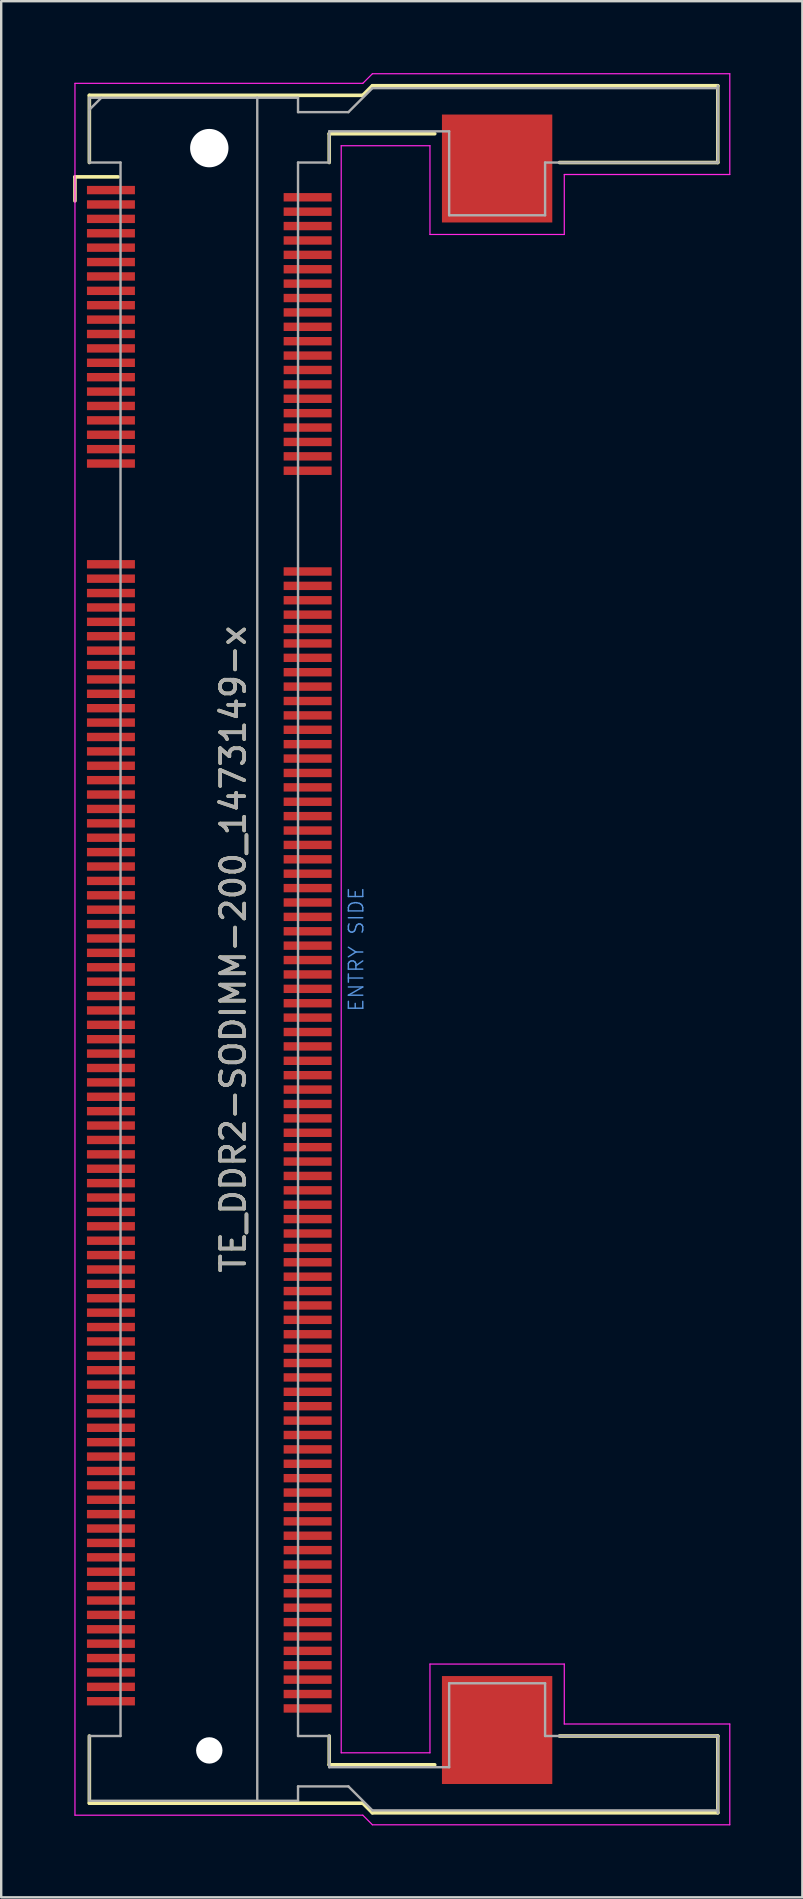
<source format=kicad_pcb>
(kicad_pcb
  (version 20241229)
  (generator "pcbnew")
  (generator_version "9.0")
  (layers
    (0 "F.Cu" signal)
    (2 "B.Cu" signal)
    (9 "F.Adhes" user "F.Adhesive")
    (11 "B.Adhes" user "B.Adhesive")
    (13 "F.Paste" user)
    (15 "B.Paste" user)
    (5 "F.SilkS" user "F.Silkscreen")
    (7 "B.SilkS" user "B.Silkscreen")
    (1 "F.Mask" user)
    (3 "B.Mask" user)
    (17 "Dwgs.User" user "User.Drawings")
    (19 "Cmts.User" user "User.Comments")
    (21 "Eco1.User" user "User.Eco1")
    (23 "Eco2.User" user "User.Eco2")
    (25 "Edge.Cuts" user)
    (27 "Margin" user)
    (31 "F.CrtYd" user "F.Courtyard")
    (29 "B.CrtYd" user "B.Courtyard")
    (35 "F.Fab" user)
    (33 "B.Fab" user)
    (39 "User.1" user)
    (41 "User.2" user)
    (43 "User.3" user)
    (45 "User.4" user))
  (footprint "TE_DDR2-SODIMM-200_1473149-x"
    (layer "F.Cu")
    (at 10.275 36.525)
    (property "Reference" "TE_DDR2-SODIMM-200_1473149-x" (at -3.6 0 90) (layer "F.SilkS") (effects (font (size 1 1) (thickness 0.15))))
    (attr smd)
    (fp_line (start -10.2 -32.2) (end -8.4 -32.2) (stroke (width 0.15) (type solid)) (layer "F.SilkS"))
    (fp_line (start -10.2 -31.2) (end -10.2 -32.2) (stroke (width 0.15) (type solid)) (layer "F.SilkS"))
    (fp_line (start -9.6 -35.6) (end 1.8 -35.6) (stroke (width 0.15) (type solid)) (layer "F.SilkS"))
    (fp_line (start -9.6 -32.8) (end -9.6 -35.6) (stroke (width 0.15) (type solid)) (layer "F.SilkS"))
    (fp_line (start -9.6 32.8) (end -9.6 35.6) (stroke (width 0.15) (type solid)) (layer "F.SilkS"))
    (fp_line (start -9.6 35.6) (end 1.8 35.6) (stroke (width 0.15) (type solid)) (layer "F.SilkS"))
    (fp_line (start 0.4 -34) (end 4.8 -34) (stroke (width 0.15) (type solid)) (layer "F.SilkS"))
    (fp_line (start 0.4 -32.8) (end 0.4 -34) (stroke (width 0.15) (type solid)) (layer "F.SilkS"))
    (fp_line (start 0.4 34) (end 0.4 32.8) (stroke (width 0.15) (type solid)) (layer "F.SilkS"))
    (fp_line (start 1.8 -35.6) (end 2.2 -36) (stroke (width 0.15) (type solid)) (layer "F.SilkS"))
    (fp_line (start 1.8 35.6) (end 2.2 36) (stroke (width 0.15) (type solid)) (layer "F.SilkS"))
    (fp_line (start 2.2 -36) (end 16.6 -36) (stroke (width 0.15) (type solid)) (layer "F.SilkS"))
    (fp_line (start 2.2 36) (end 16.6 36) (stroke (width 0.15) (type solid)) (layer "F.SilkS"))
    (fp_line (start 4.8 34) (end 0.4 34) (stroke (width 0.15) (type solid)) (layer "F.SilkS"))
    (fp_line (start 10 -32.8) (end 16.6 -32.8) (stroke (width 0.15) (type solid)) (layer "F.SilkS"))
    (fp_line (start 10 32.8) (end 16.6 32.8) (stroke (width 0.15) (type solid)) (layer "F.SilkS"))
    (fp_line (start 16.6 -36) (end 16.6 -32.8) (stroke (width 0.15) (type solid)) (layer "F.SilkS"))
    (fp_line (start 16.6 36) (end 16.6 32.8) (stroke (width 0.15) (type solid)) (layer "F.SilkS"))
    (fp_line (start -10.2 -36.1) (end -10.2 36.1) (stroke (width 0.05) (type solid)) (layer "F.CrtYd"))
    (fp_line (start -10.2 -36.1) (end 1.8 -36.1) (stroke (width 0.05) (type solid)) (layer "F.CrtYd"))
    (fp_line (start -10.2 36.1) (end 1.8 36.1) (stroke (width 0.05) (type solid)) (layer "F.CrtYd"))
    (fp_line (start 0.9 -33.5) (end 0.9 33.5) (stroke (width 0.05) (type solid)) (layer "F.CrtYd"))
    (fp_line (start 1.8 36.1) (end 2.2 36.5) (stroke (width 0.05) (type solid)) (layer "F.CrtYd"))
    (fp_line (start 2.2 -36.5) (end 1.8 -36.1) (stroke (width 0.05) (type solid)) (layer "F.CrtYd"))
    (fp_line (start 2.2 36.5) (end 17.1 36.5) (stroke (width 0.05) (type solid)) (layer "F.CrtYd"))
    (fp_line (start 4.6 -33.5) (end 0.9 -33.5) (stroke (width 0.05) (type solid)) (layer "F.CrtYd"))
    (fp_line (start 4.6 -29.8) (end 4.6 -33.5) (stroke (width 0.05) (type solid)) (layer "F.CrtYd"))
    (fp_line (start 4.6 29.8) (end 4.6 33.5) (stroke (width 0.05) (type solid)) (layer "F.CrtYd"))
    (fp_line (start 4.6 33.5) (end 0.9 33.5) (stroke (width 0.05) (type solid)) (layer "F.CrtYd"))
    (fp_line (start 10.2 -29.8) (end 4.6 -29.8) (stroke (width 0.05) (type solid)) (layer "F.CrtYd"))
    (fp_line (start 10.2 -29.8) (end 10.2 -32.3) (stroke (width 0.05) (type solid)) (layer "F.CrtYd"))
    (fp_line (start 10.2 29.8) (end 4.6 29.8) (stroke (width 0.05) (type solid)) (layer "F.CrtYd"))
    (fp_line (start 10.2 29.8) (end 10.2 32.3) (stroke (width 0.05) (type solid)) (layer "F.CrtYd"))
    (fp_line (start 17.1 -36.5) (end 2.2 -36.5) (stroke (width 0.05) (type solid)) (layer "F.CrtYd"))
    (fp_line (start 17.1 -32.3) (end 10.2 -32.3) (stroke (width 0.05) (type solid)) (layer "F.CrtYd"))
    (fp_line (start 17.1 -32.3) (end 17.1 -36.5) (stroke (width 0.05) (type solid)) (layer "F.CrtYd"))
    (fp_line (start 17.1 32.3) (end 10.2 32.3) (stroke (width 0.05) (type solid)) (layer "F.CrtYd"))
    (fp_line (start 17.1 32.3) (end 17.1 36.5) (stroke (width 0.05) (type solid)) (layer "F.CrtYd"))
    (fp_line (start -9.6 -35.5) (end -9.6 -32.8) (stroke (width 0.1) (type solid)) (layer "F.Fab"))
    (fp_line (start -9.6 -35.5) (end -2.6 -35.5) (stroke (width 0.1) (type solid)) (layer "F.Fab"))
    (fp_line (start -9.6 -35) (end -9.1 -35.5) (stroke (width 0.1) (type solid)) (layer "F.Fab"))
    (fp_line (start -9.6 -32.8) (end -8.3 -32.8) (stroke (width 0.1) (type solid)) (layer "F.Fab"))
    (fp_line (start -9.6 32.8) (end -8.3 32.8) (stroke (width 0.1) (type solid)) (layer "F.Fab"))
    (fp_line (start -9.6 35.5) (end -9.6 32.8) (stroke (width 0.1) (type solid)) (layer "F.Fab"))
    (fp_line (start -8.3 32.8) (end -8.3 -32.8) (stroke (width 0.1) (type solid)) (layer "F.Fab"))
    (fp_line (start -2.6 -35.5) (end -2.6 35.5) (stroke (width 0.1) (type solid)) (layer "F.Fab"))
    (fp_line (start -2.6 35.5) (end -9.6 35.5) (stroke (width 0.1) (type solid)) (layer "F.Fab"))
    (fp_line (start -0.9 -35.5) (end -2.6 -35.5) (stroke (width 0.1) (type solid)) (layer "F.Fab"))
    (fp_line (start -0.9 -35.5) (end -0.9 -34.9) (stroke (width 0.1) (type solid)) (layer "F.Fab"))
    (fp_line (start -0.9 -32.8) (end -0.9 32.8) (stroke (width 0.1) (type solid)) (layer "F.Fab"))
    (fp_line (start -0.9 -32.8) (end 0.4 -32.8) (stroke (width 0.1) (type solid)) (layer "F.Fab"))
    (fp_line (start -0.9 34.9) (end -0.9 35.5) (stroke (width 0.1) (type solid)) (layer "F.Fab"))
    (fp_line (start -0.9 34.9) (end 1.2 34.9) (stroke (width 0.1) (type solid)) (layer "F.Fab"))
    (fp_line (start -0.9 35.5) (end -2.6 35.5) (stroke (width 0.1) (type solid)) (layer "F.Fab"))
    (fp_line (start 0.4 -34.1) (end 5.4 -34.1) (stroke (width 0.1) (type solid)) (layer "F.Fab"))
    (fp_line (start 0.4 -32.8) (end 0.4 -34.1) (stroke (width 0.1) (type solid)) (layer "F.Fab"))
    (fp_line (start 0.4 32.8) (end -0.9 32.8) (stroke (width 0.1) (type solid)) (layer "F.Fab"))
    (fp_line (start 0.4 34.1) (end 0.4 32.8) (stroke (width 0.1) (type solid)) (layer "F.Fab"))
    (fp_line (start 0.4 34.1) (end 5.4 34.1) (stroke (width 0.1) (type solid)) (layer "F.Fab"))
    (fp_line (start 1.2 -34.9) (end -0.9 -34.9) (stroke (width 0.1) (type solid)) (layer "F.Fab"))
    (fp_line (start 1.2 -34.9) (end 2.2 -35.9) (stroke (width 0.1) (type solid)) (layer "F.Fab"))
    (fp_line (start 1.2 34.9) (end 2.2 35.9) (stroke (width 0.1) (type solid)) (layer "F.Fab"))
    (fp_line (start 2.2 -35.9) (end 16.6 -35.9) (stroke (width 0.1) (type solid)) (layer "F.Fab"))
    (fp_line (start 5.4 -34.1) (end 5.4 -30.6) (stroke (width 0.1) (type solid)) (layer "F.Fab"))
    (fp_line (start 5.4 -30.6) (end 9.4 -30.6) (stroke (width 0.1) (type solid)) (layer "F.Fab"))
    (fp_line (start 5.4 30.6) (end 9.4 30.6) (stroke (width 0.1) (type solid)) (layer "F.Fab"))
    (fp_line (start 5.4 34.1) (end 5.4 30.6) (stroke (width 0.1) (type solid)) (layer "F.Fab"))
    (fp_line (start 9.4 -32.8) (end 16.6 -32.8) (stroke (width 0.1) (type solid)) (layer "F.Fab"))
    (fp_line (start 9.4 -30.6) (end 9.4 -32.8) (stroke (width 0.1) (type solid)) (layer "F.Fab"))
    (fp_line (start 9.4 30.6) (end 9.4 32.8) (stroke (width 0.1) (type solid)) (layer "F.Fab"))
    (fp_line (start 9.4 32.8) (end 16.6 32.8) (stroke (width 0.1) (type solid)) (layer "F.Fab"))
    (fp_line (start 16.6 -32.8) (end 16.6 -36) (stroke (width 0.1) (type solid)) (layer "F.Fab"))
    (fp_line (start 16.6 35.9) (end 2.2 35.9) (stroke (width 0.1) (type solid)) (layer "F.Fab"))
    (fp_line (start 16.6 36) (end 16.6 32.8) (stroke (width 0.1) (type solid)) (layer "F.Fab"))
    (fp_text user "ENTRY SIDE" (at 1.524 0 90) (layer "Cmts.User") (effects (font (size 0.6 0.6) (thickness 0.06))))
    (fp_text user "${REFERENCE}" (at -3.6 0 90) (layer "F.Fab") (effects (font (size 1 1) (thickness 0.15))))
    (pad "" np_thru_hole circle (at -4.6 -33.4) (size 1.6 1.6) (drill 1.6) (layers "*.Cu"))
    (pad "" np_thru_hole circle (at -4.6 33.4) (size 1.1 1.1) (drill 1.1) (layers "*.Cu"))
    (pad "1" smd rect (at -8.7 -31.65) (size 2 0.35) (layers "F.Cu" "F.Mask" "F.Paste"))
    (pad "2" smd rect (at -0.5 -31.35) (size 2 0.35) (layers "F.Cu" "F.Mask" "F.Paste"))
    (pad "3" smd rect (at -8.7 -31.05) (size 2 0.35) (layers "F.Cu" "F.Mask" "F.Paste"))
    (pad "4" smd rect (at -0.5 -30.75) (size 2 0.35) (layers "F.Cu" "F.Mask" "F.Paste"))
    (pad "5" smd rect (at -8.7 -30.45) (size 2 0.35) (layers "F.Cu" "F.Mask" "F.Paste"))
    (pad "6" smd rect (at -0.5 -30.15) (size 2 0.35) (layers "F.Cu" "F.Mask" "F.Paste"))
    (pad "7" smd rect (at -8.7 -29.85) (size 2 0.35) (layers "F.Cu" "F.Mask" "F.Paste"))
    (pad "8" smd rect (at -0.5 -29.55) (size 2 0.35) (layers "F.Cu" "F.Mask" "F.Paste"))
    (pad "9" smd rect (at -8.7 -29.25) (size 2 0.35) (layers "F.Cu" "F.Mask" "F.Paste"))
    (pad "10" smd rect (at -0.5 -28.95) (size 2 0.35) (layers "F.Cu" "F.Mask" "F.Paste"))
    (pad "11" smd rect (at -8.7 -28.65) (size 2 0.35) (layers "F.Cu" "F.Mask" "F.Paste"))
    (pad "12" smd rect (at -0.5 -28.35) (size 2 0.35) (layers "F.Cu" "F.Mask" "F.Paste"))
    (pad "13" smd rect (at -8.7 -28.05) (size 2 0.35) (layers "F.Cu" "F.Mask" "F.Paste"))
    (pad "14" smd rect (at -0.5 -27.75) (size 2 0.35) (layers "F.Cu" "F.Mask" "F.Paste"))
    (pad "15" smd rect (at -8.7 -27.45) (size 2 0.35) (layers "F.Cu" "F.Mask" "F.Paste"))
    (pad "16" smd rect (at -0.5 -27.15) (size 2 0.35) (layers "F.Cu" "F.Mask" "F.Paste"))
    (pad "17" smd rect (at -8.7 -26.85) (size 2 0.35) (layers "F.Cu" "F.Mask" "F.Paste"))
    (pad "18" smd rect (at -0.5 -26.55) (size 2 0.35) (layers "F.Cu" "F.Mask" "F.Paste"))
    (pad "19" smd rect (at -8.7 -26.25) (size 2 0.35) (layers "F.Cu" "F.Mask" "F.Paste"))
    (pad "20" smd rect (at -0.5 -25.95) (size 2 0.35) (layers "F.Cu" "F.Mask" "F.Paste"))
    (pad "21" smd rect (at -8.7 -25.65) (size 2 0.35) (layers "F.Cu" "F.Mask" "F.Paste"))
    (pad "22" smd rect (at -0.5 -25.35) (size 2 0.35) (layers "F.Cu" "F.Mask" "F.Paste"))
    (pad "23" smd rect (at -8.7 -25.05) (size 2 0.35) (layers "F.Cu" "F.Mask" "F.Paste"))
    (pad "24" smd rect (at -0.5 -24.75) (size 2 0.35) (layers "F.Cu" "F.Mask" "F.Paste"))
    (pad "25" smd rect (at -8.7 -24.45) (size 2 0.35) (layers "F.Cu" "F.Mask" "F.Paste"))
    (pad "26" smd rect (at -0.5 -24.15) (size 2 0.35) (layers "F.Cu" "F.Mask" "F.Paste"))
    (pad "27" smd rect (at -8.7 -23.85) (size 2 0.35) (layers "F.Cu" "F.Mask" "F.Paste"))
    (pad "28" smd rect (at -0.5 -23.55) (size 2 0.35) (layers "F.Cu" "F.Mask" "F.Paste"))
    (pad "29" smd rect (at -8.7 -23.25) (size 2 0.35) (layers "F.Cu" "F.Mask" "F.Paste"))
    (pad "30" smd rect (at -0.5 -22.95) (size 2 0.35) (layers "F.Cu" "F.Mask" "F.Paste"))
    (pad "31" smd rect (at -8.7 -22.65) (size 2 0.35) (layers "F.Cu" "F.Mask" "F.Paste"))
    (pad "32" smd rect (at -0.5 -22.35) (size 2 0.35) (layers "F.Cu" "F.Mask" "F.Paste"))
    (pad "33" smd rect (at -8.7 -22.05) (size 2 0.35) (layers "F.Cu" "F.Mask" "F.Paste"))
    (pad "34" smd rect (at -0.5 -21.75) (size 2 0.35) (layers "F.Cu" "F.Mask" "F.Paste"))
    (pad "35" smd rect (at -8.7 -21.45) (size 2 0.35) (layers "F.Cu" "F.Mask" "F.Paste"))
    (pad "36" smd rect (at -0.5 -21.15) (size 2 0.35) (layers "F.Cu" "F.Mask" "F.Paste"))
    (pad "37" smd rect (at -8.7 -20.85) (size 2 0.35) (layers "F.Cu" "F.Mask" "F.Paste"))
    (pad "38" smd rect (at -0.5 -20.55) (size 2 0.35) (layers "F.Cu" "F.Mask" "F.Paste"))
    (pad "39" smd rect (at -8.7 -20.25) (size 2 0.35) (layers "F.Cu" "F.Mask" "F.Paste"))
    (pad "40" smd rect (at -0.5 -19.95) (size 2 0.35) (layers "F.Cu" "F.Mask" "F.Paste"))
    (pad "41" smd rect (at -8.7 -16.05) (size 2 0.35) (layers "F.Cu" "F.Mask" "F.Paste"))
    (pad "42" smd rect (at -0.5 -15.75) (size 2 0.35) (layers "F.Cu" "F.Mask" "F.Paste"))
    (pad "43" smd rect (at -8.7 -15.45) (size 2 0.35) (layers "F.Cu" "F.Mask" "F.Paste"))
    (pad "44" smd rect (at -0.5 -15.15) (size 2 0.35) (layers "F.Cu" "F.Mask" "F.Paste"))
    (pad "45" smd rect (at -8.7 -14.85) (size 2 0.35) (layers "F.Cu" "F.Mask" "F.Paste"))
    (pad "46" smd rect (at -0.5 -14.55) (size 2 0.35) (layers "F.Cu" "F.Mask" "F.Paste"))
    (pad "47" smd rect (at -8.7 -14.25) (size 2 0.35) (layers "F.Cu" "F.Mask" "F.Paste"))
    (pad "48" smd rect (at -0.5 -13.95) (size 2 0.35) (layers "F.Cu" "F.Mask" "F.Paste"))
    (pad "49" smd rect (at -8.7 -13.65) (size 2 0.35) (layers "F.Cu" "F.Mask" "F.Paste"))
    (pad "50" smd rect (at -0.5 -13.35) (size 2 0.35) (layers "F.Cu" "F.Mask" "F.Paste"))
    (pad "51" smd rect (at -8.7 -13.05) (size 2 0.35) (layers "F.Cu" "F.Mask" "F.Paste"))
    (pad "52" smd rect (at -0.5 -12.75) (size 2 0.35) (layers "F.Cu" "F.Mask" "F.Paste"))
    (pad "53" smd rect (at -8.7 -12.45) (size 2 0.35) (layers "F.Cu" "F.Mask" "F.Paste"))
    (pad "54" smd rect (at -0.5 -12.15) (size 2 0.35) (layers "F.Cu" "F.Mask" "F.Paste"))
    (pad "55" smd rect (at -8.7 -11.85) (size 2 0.35) (layers "F.Cu" "F.Mask" "F.Paste"))
    (pad "56" smd rect (at -0.5 -11.55) (size 2 0.35) (layers "F.Cu" "F.Mask" "F.Paste"))
    (pad "57" smd rect (at -8.7 -11.25) (size 2 0.35) (layers "F.Cu" "F.Mask" "F.Paste"))
    (pad "58" smd rect (at -0.5 -10.95) (size 2 0.35) (layers "F.Cu" "F.Mask" "F.Paste"))
    (pad "59" smd rect (at -8.7 -10.65) (size 2 0.35) (layers "F.Cu" "F.Mask" "F.Paste"))
    (pad "60" smd rect (at -0.5 -10.35) (size 2 0.35) (layers "F.Cu" "F.Mask" "F.Paste"))
    (pad "61" smd rect (at -8.7 -10.05) (size 2 0.35) (layers "F.Cu" "F.Mask" "F.Paste"))
    (pad "62" smd rect (at -0.5 -9.75) (size 2 0.35) (layers "F.Cu" "F.Mask" "F.Paste"))
    (pad "63" smd rect (at -8.7 -9.45) (size 2 0.35) (layers "F.Cu" "F.Mask" "F.Paste"))
    (pad "64" smd rect (at -0.5 -9.15) (size 2 0.35) (layers "F.Cu" "F.Mask" "F.Paste"))
    (pad "65" smd rect (at -8.7 -8.85) (size 2 0.35) (layers "F.Cu" "F.Mask" "F.Paste"))
    (pad "66" smd rect (at -0.5 -8.55) (size 2 0.35) (layers "F.Cu" "F.Mask" "F.Paste"))
    (pad "67" smd rect (at -8.7 -8.25) (size 2 0.35) (layers "F.Cu" "F.Mask" "F.Paste"))
    (pad "68" smd rect (at -0.5 -7.95) (size 2 0.35) (layers "F.Cu" "F.Mask" "F.Paste"))
    (pad "69" smd rect (at -8.7 -7.65) (size 2 0.35) (layers "F.Cu" "F.Mask" "F.Paste"))
    (pad "70" smd rect (at -0.5 -7.35) (size 2 0.35) (layers "F.Cu" "F.Mask" "F.Paste"))
    (pad "71" smd rect (at -8.7 -7.05) (size 2 0.35) (layers "F.Cu" "F.Mask" "F.Paste"))
    (pad "72" smd rect (at -0.5 -6.75) (size 2 0.35) (layers "F.Cu" "F.Mask" "F.Paste"))
    (pad "73" smd rect (at -8.7 -6.45) (size 2 0.35) (layers "F.Cu" "F.Mask" "F.Paste"))
    (pad "74" smd rect (at -0.5 -6.15) (size 2 0.35) (layers "F.Cu" "F.Mask" "F.Paste"))
    (pad "75" smd rect (at -8.7 -5.85) (size 2 0.35) (layers "F.Cu" "F.Mask" "F.Paste"))
    (pad "76" smd rect (at -0.5 -5.55) (size 2 0.35) (layers "F.Cu" "F.Mask" "F.Paste"))
    (pad "77" smd rect (at -8.7 -5.25) (size 2 0.35) (layers "F.Cu" "F.Mask" "F.Paste"))
    (pad "78" smd rect (at -0.5 -4.95) (size 2 0.35) (layers "F.Cu" "F.Mask" "F.Paste"))
    (pad "79" smd rect (at -8.7 -4.65) (size 2 0.35) (layers "F.Cu" "F.Mask" "F.Paste"))
    (pad "80" smd rect (at -0.5 -4.35) (size 2 0.35) (layers "F.Cu" "F.Mask" "F.Paste"))
    (pad "81" smd rect (at -8.7 -4.05) (size 2 0.35) (layers "F.Cu" "F.Mask" "F.Paste"))
    (pad "82" smd rect (at -0.5 -3.75) (size 2 0.35) (layers "F.Cu" "F.Mask" "F.Paste"))
    (pad "83" smd rect (at -8.7 -3.45) (size 2 0.35) (layers "F.Cu" "F.Mask" "F.Paste"))
    (pad "84" smd rect (at -0.5 -3.15) (size 2 0.35) (layers "F.Cu" "F.Mask" "F.Paste"))
    (pad "85" smd rect (at -8.7 -2.85) (size 2 0.35) (layers "F.Cu" "F.Mask" "F.Paste"))
    (pad "86" smd rect (at -0.5 -2.55) (size 2 0.35) (layers "F.Cu" "F.Mask" "F.Paste"))
    (pad "87" smd rect (at -8.7 -2.25) (size 2 0.35) (layers "F.Cu" "F.Mask" "F.Paste"))
    (pad "88" smd rect (at -0.5 -1.95) (size 2 0.35) (layers "F.Cu" "F.Mask" "F.Paste"))
    (pad "89" smd rect (at -8.7 -1.65) (size 2 0.35) (layers "F.Cu" "F.Mask" "F.Paste"))
    (pad "90" smd rect (at -0.5 -1.35) (size 2 0.35) (layers "F.Cu" "F.Mask" "F.Paste"))
    (pad "91" smd rect (at -8.7 -1.05) (size 2 0.35) (layers "F.Cu" "F.Mask" "F.Paste"))
    (pad "92" smd rect (at -0.5 -0.75) (size 2 0.35) (layers "F.Cu" "F.Mask" "F.Paste"))
    (pad "93" smd rect (at -8.7 -0.45) (size 2 0.35) (layers "F.Cu" "F.Mask" "F.Paste"))
    (pad "94" smd rect (at -0.5 -0.15) (size 2 0.35) (layers "F.Cu" "F.Mask" "F.Paste"))
    (pad "95" smd rect (at -8.7 0.15) (size 2 0.35) (layers "F.Cu" "F.Mask" "F.Paste"))
    (pad "96" smd rect (at -0.5 0.45) (size 2 0.35) (layers "F.Cu" "F.Mask" "F.Paste"))
    (pad "97" smd rect (at -8.7 0.75) (size 2 0.35) (layers "F.Cu" "F.Mask" "F.Paste"))
    (pad "98" smd rect (at -0.5 1.05) (size 2 0.35) (layers "F.Cu" "F.Mask" "F.Paste"))
    (pad "99" smd rect (at -8.7 1.35) (size 2 0.35) (layers "F.Cu" "F.Mask" "F.Paste"))
    (pad "100" smd rect (at -0.5 1.65) (size 2 0.35) (layers "F.Cu" "F.Mask" "F.Paste"))
    (pad "101" smd rect (at -8.7 1.95) (size 2 0.35) (layers "F.Cu" "F.Mask" "F.Paste"))
    (pad "102" smd rect (at -0.5 2.25) (size 2 0.35) (layers "F.Cu" "F.Mask" "F.Paste"))
    (pad "103" smd rect (at -8.7 2.55) (size 2 0.35) (layers "F.Cu" "F.Mask" "F.Paste"))
    (pad "104" smd rect (at -0.5 2.85) (size 2 0.35) (layers "F.Cu" "F.Mask" "F.Paste"))
    (pad "105" smd rect (at -8.7 3.15) (size 2 0.35) (layers "F.Cu" "F.Mask" "F.Paste"))
    (pad "106" smd rect (at -0.5 3.45) (size 2 0.35) (layers "F.Cu" "F.Mask" "F.Paste"))
    (pad "107" smd rect (at -8.7 3.75) (size 2 0.35) (layers "F.Cu" "F.Mask" "F.Paste"))
    (pad "108" smd rect (at -0.5 4.05) (size 2 0.35) (layers "F.Cu" "F.Mask" "F.Paste"))
    (pad "109" smd rect (at -8.7 4.35) (size 2 0.35) (layers "F.Cu" "F.Mask" "F.Paste"))
    (pad "110" smd rect (at -0.5 4.65) (size 2 0.35) (layers "F.Cu" "F.Mask" "F.Paste"))
    (pad "111" smd rect (at -8.7 4.95) (size 2 0.35) (layers "F.Cu" "F.Mask" "F.Paste"))
    (pad "112" smd rect (at -0.5 5.25) (size 2 0.35) (layers "F.Cu" "F.Mask" "F.Paste"))
    (pad "113" smd rect (at -8.7 5.55) (size 2 0.35) (layers "F.Cu" "F.Mask" "F.Paste"))
    (pad "114" smd rect (at -0.5 5.85) (size 2 0.35) (layers "F.Cu" "F.Mask" "F.Paste"))
    (pad "115" smd rect (at -8.7 6.15) (size 2 0.35) (layers "F.Cu" "F.Mask" "F.Paste"))
    (pad "116" smd rect (at -0.5 6.45) (size 2 0.35) (layers "F.Cu" "F.Mask" "F.Paste"))
    (pad "117" smd rect (at -8.7 6.75) (size 2 0.35) (layers "F.Cu" "F.Mask" "F.Paste"))
    (pad "118" smd rect (at -0.5 7.05) (size 2 0.35) (layers "F.Cu" "F.Mask" "F.Paste"))
    (pad "119" smd rect (at -8.7 7.35) (size 2 0.35) (layers "F.Cu" "F.Mask" "F.Paste"))
    (pad "120" smd rect (at -0.5 7.65) (size 2 0.35) (layers "F.Cu" "F.Mask" "F.Paste"))
    (pad "121" smd rect (at -8.7 7.95) (size 2 0.35) (layers "F.Cu" "F.Mask" "F.Paste"))
    (pad "122" smd rect (at -0.5 8.25) (size 2 0.35) (layers "F.Cu" "F.Mask" "F.Paste"))
    (pad "123" smd rect (at -8.7 8.55) (size 2 0.35) (layers "F.Cu" "F.Mask" "F.Paste"))
    (pad "124" smd rect (at -0.5 8.85) (size 2 0.35) (layers "F.Cu" "F.Mask" "F.Paste"))
    (pad "125" smd rect (at -8.7 9.15) (size 2 0.35) (layers "F.Cu" "F.Mask" "F.Paste"))
    (pad "126" smd rect (at -0.5 9.45) (size 2 0.35) (layers "F.Cu" "F.Mask" "F.Paste"))
    (pad "127" smd rect (at -8.7 9.75) (size 2 0.35) (layers "F.Cu" "F.Mask" "F.Paste"))
    (pad "128" smd rect (at -0.5 10.05) (size 2 0.35) (layers "F.Cu" "F.Mask" "F.Paste"))
    (pad "129" smd rect (at -8.7 10.35) (size 2 0.35) (layers "F.Cu" "F.Mask" "F.Paste"))
    (pad "130" smd rect (at -0.5 10.65) (size 2 0.35) (layers "F.Cu" "F.Mask" "F.Paste"))
    (pad "131" smd rect (at -8.7 10.95) (size 2 0.35) (layers "F.Cu" "F.Mask" "F.Paste"))
    (pad "132" smd rect (at -0.5 11.25) (size 2 0.35) (layers "F.Cu" "F.Mask" "F.Paste"))
    (pad "133" smd rect (at -8.7 11.55) (size 2 0.35) (layers "F.Cu" "F.Mask" "F.Paste"))
    (pad "134" smd rect (at -0.5 11.85) (size 2 0.35) (layers "F.Cu" "F.Mask" "F.Paste"))
    (pad "135" smd rect (at -8.7 12.15) (size 2 0.35) (layers "F.Cu" "F.Mask" "F.Paste"))
    (pad "136" smd rect (at -0.5 12.45) (size 2 0.35) (layers "F.Cu" "F.Mask" "F.Paste"))
    (pad "137" smd rect (at -8.7 12.75) (size 2 0.35) (layers "F.Cu" "F.Mask" "F.Paste"))
    (pad "138" smd rect (at -0.5 13.05) (size 2 0.35) (layers "F.Cu" "F.Mask" "F.Paste"))
    (pad "139" smd rect (at -8.7 13.35) (size 2 0.35) (layers "F.Cu" "F.Mask" "F.Paste"))
    (pad "140" smd rect (at -0.5 13.65) (size 2 0.35) (layers "F.Cu" "F.Mask" "F.Paste"))
    (pad "141" smd rect (at -8.7 13.95) (size 2 0.35) (layers "F.Cu" "F.Mask" "F.Paste"))
    (pad "142" smd rect (at -0.5 14.25) (size 2 0.35) (layers "F.Cu" "F.Mask" "F.Paste"))
    (pad "143" smd rect (at -8.7 14.55) (size 2 0.35) (layers "F.Cu" "F.Mask" "F.Paste"))
    (pad "144" smd rect (at -0.5 14.85) (size 2 0.35) (layers "F.Cu" "F.Mask" "F.Paste"))
    (pad "145" smd rect (at -8.7 15.15) (size 2 0.35) (layers "F.Cu" "F.Mask" "F.Paste"))
    (pad "146" smd rect (at -0.5 15.45) (size 2 0.35) (layers "F.Cu" "F.Mask" "F.Paste"))
    (pad "147" smd rect (at -8.7 15.75) (size 2 0.35) (layers "F.Cu" "F.Mask" "F.Paste"))
    (pad "148" smd rect (at -0.5 16.05) (size 2 0.35) (layers "F.Cu" "F.Mask" "F.Paste"))
    (pad "149" smd rect (at -8.7 16.35) (size 2 0.35) (layers "F.Cu" "F.Mask" "F.Paste"))
    (pad "150" smd rect (at -0.5 16.65) (size 2 0.35) (layers "F.Cu" "F.Mask" "F.Paste"))
    (pad "151" smd rect (at -8.7 16.95) (size 2 0.35) (layers "F.Cu" "F.Mask" "F.Paste"))
    (pad "152" smd rect (at -0.5 17.25) (size 2 0.35) (layers "F.Cu" "F.Mask" "F.Paste"))
    (pad "153" smd rect (at -8.7 17.55) (size 2 0.35) (layers "F.Cu" "F.Mask" "F.Paste"))
    (pad "154" smd rect (at -0.5 17.85) (size 2 0.35) (layers "F.Cu" "F.Mask" "F.Paste"))
    (pad "155" smd rect (at -8.7 18.15) (size 2 0.35) (layers "F.Cu" "F.Mask" "F.Paste"))
    (pad "156" smd rect (at -0.5 18.45) (size 2 0.35) (layers "F.Cu" "F.Mask" "F.Paste"))
    (pad "157" smd rect (at -8.7 18.75) (size 2 0.35) (layers "F.Cu" "F.Mask" "F.Paste"))
    (pad "158" smd rect (at -0.5 19.05) (size 2 0.35) (layers "F.Cu" "F.Mask" "F.Paste"))
    (pad "159" smd rect (at -8.7 19.35) (size 2 0.35) (layers "F.Cu" "F.Mask" "F.Paste"))
    (pad "160" smd rect (at -0.5 19.65) (size 2 0.35) (layers "F.Cu" "F.Mask" "F.Paste"))
    (pad "161" smd rect (at -8.7 19.95) (size 2 0.35) (layers "F.Cu" "F.Mask" "F.Paste"))
    (pad "162" smd rect (at -0.5 20.25) (size 2 0.35) (layers "F.Cu" "F.Mask" "F.Paste"))
    (pad "163" smd rect (at -8.7 20.55) (size 2 0.35) (layers "F.Cu" "F.Mask" "F.Paste"))
    (pad "164" smd rect (at -0.5 20.85) (size 2 0.35) (layers "F.Cu" "F.Mask" "F.Paste"))
    (pad "165" smd rect (at -8.7 21.15) (size 2 0.35) (layers "F.Cu" "F.Mask" "F.Paste"))
    (pad "166" smd rect (at -0.5 21.45) (size 2 0.35) (layers "F.Cu" "F.Mask" "F.Paste"))
    (pad "167" smd rect (at -8.7 21.75) (size 2 0.35) (layers "F.Cu" "F.Mask" "F.Paste"))
    (pad "168" smd rect (at -0.5 22.05) (size 2 0.35) (layers "F.Cu" "F.Mask" "F.Paste"))
    (pad "169" smd rect (at -8.7 22.35) (size 2 0.35) (layers "F.Cu" "F.Mask" "F.Paste"))
    (pad "170" smd rect (at -0.5 22.65) (size 2 0.35) (layers "F.Cu" "F.Mask" "F.Paste"))
    (pad "171" smd rect (at -8.7 22.95) (size 2 0.35) (layers "F.Cu" "F.Mask" "F.Paste"))
    (pad "172" smd rect (at -0.5 23.25) (size 2 0.35) (layers "F.Cu" "F.Mask" "F.Paste"))
    (pad "173" smd rect (at -8.7 23.55) (size 2 0.35) (layers "F.Cu" "F.Mask" "F.Paste"))
    (pad "174" smd rect (at -0.5 23.85) (size 2 0.35) (layers "F.Cu" "F.Mask" "F.Paste"))
    (pad "175" smd rect (at -8.7 24.15) (size 2 0.35) (layers "F.Cu" "F.Mask" "F.Paste"))
    (pad "176" smd rect (at -0.5 24.45) (size 2 0.35) (layers "F.Cu" "F.Mask" "F.Paste"))
    (pad "177" smd rect (at -8.7 24.75) (size 2 0.35) (layers "F.Cu" "F.Mask" "F.Paste"))
    (pad "178" smd rect (at -0.5 25.05) (size 2 0.35) (layers "F.Cu" "F.Mask" "F.Paste"))
    (pad "179" smd rect (at -8.7 25.35) (size 2 0.35) (layers "F.Cu" "F.Mask" "F.Paste"))
    (pad "180" smd rect (at -0.5 25.65) (size 2 0.35) (layers "F.Cu" "F.Mask" "F.Paste"))
    (pad "181" smd rect (at -8.7 25.95) (size 2 0.35) (layers "F.Cu" "F.Mask" "F.Paste"))
    (pad "182" smd rect (at -0.5 26.25) (size 2 0.35) (layers "F.Cu" "F.Mask" "F.Paste"))
    (pad "183" smd rect (at -8.7 26.55) (size 2 0.35) (layers "F.Cu" "F.Mask" "F.Paste"))
    (pad "184" smd rect (at -0.5 26.85) (size 2 0.35) (layers "F.Cu" "F.Mask" "F.Paste"))
    (pad "185" smd rect (at -8.7 27.15) (size 2 0.35) (layers "F.Cu" "F.Mask" "F.Paste"))
    (pad "186" smd rect (at -0.5 27.45) (size 2 0.35) (layers "F.Cu" "F.Mask" "F.Paste"))
    (pad "187" smd rect (at -8.7 27.75) (size 2 0.35) (layers "F.Cu" "F.Mask" "F.Paste"))
    (pad "188" smd rect (at -0.5 28.05) (size 2 0.35) (layers "F.Cu" "F.Mask" "F.Paste"))
    (pad "189" smd rect (at -8.7 28.35) (size 2 0.35) (layers "F.Cu" "F.Mask" "F.Paste"))
    (pad "190" smd rect (at -0.5 28.65) (size 2 0.35) (layers "F.Cu" "F.Mask" "F.Paste"))
    (pad "191" smd rect (at -8.7 28.95) (size 2 0.35) (layers "F.Cu" "F.Mask" "F.Paste"))
    (pad "192" smd rect (at -0.5 29.25) (size 2 0.35) (layers "F.Cu" "F.Mask" "F.Paste"))
    (pad "193" smd rect (at -8.7 29.55) (size 2 0.35) (layers "F.Cu" "F.Mask" "F.Paste"))
    (pad "194" smd rect (at -0.5 29.85) (size 2 0.35) (layers "F.Cu" "F.Mask" "F.Paste"))
    (pad "195" smd rect (at -8.7 30.15) (size 2 0.35) (layers "F.Cu" "F.Mask" "F.Paste"))
    (pad "196" smd rect (at -0.5 30.45) (size 2 0.35) (layers "F.Cu" "F.Mask" "F.Paste"))
    (pad "197" smd rect (at -8.7 30.75) (size 2 0.35) (layers "F.Cu" "F.Mask" "F.Paste"))
    (pad "198" smd rect (at -0.5 31.05) (size 2 0.35) (layers "F.Cu" "F.Mask" "F.Paste"))
    (pad "199" smd rect (at -8.7 31.35) (size 2 0.35) (layers "F.Cu" "F.Mask" "F.Paste"))
    (pad "200" smd rect (at -0.5 31.65) (size 2 0.35) (layers "F.Cu" "F.Mask" "F.Paste"))
    (pad "MP1" smd rect (at 7.4 -32.55) (size 4.6 4.5) (layers "F.Cu" "F.Mask" "F.Paste"))
    (pad "MP2" smd rect (at 7.4 32.55) (size 4.6 4.5) (layers "F.Cu" "F.Mask" "F.Paste")))
  (gr_rect
    (start -3 -3)
    (end 30.4 76.05)
    (stroke (width 0.1) (type default))
    (fill no)
    (layer "Edge.Cuts")))
</source>
